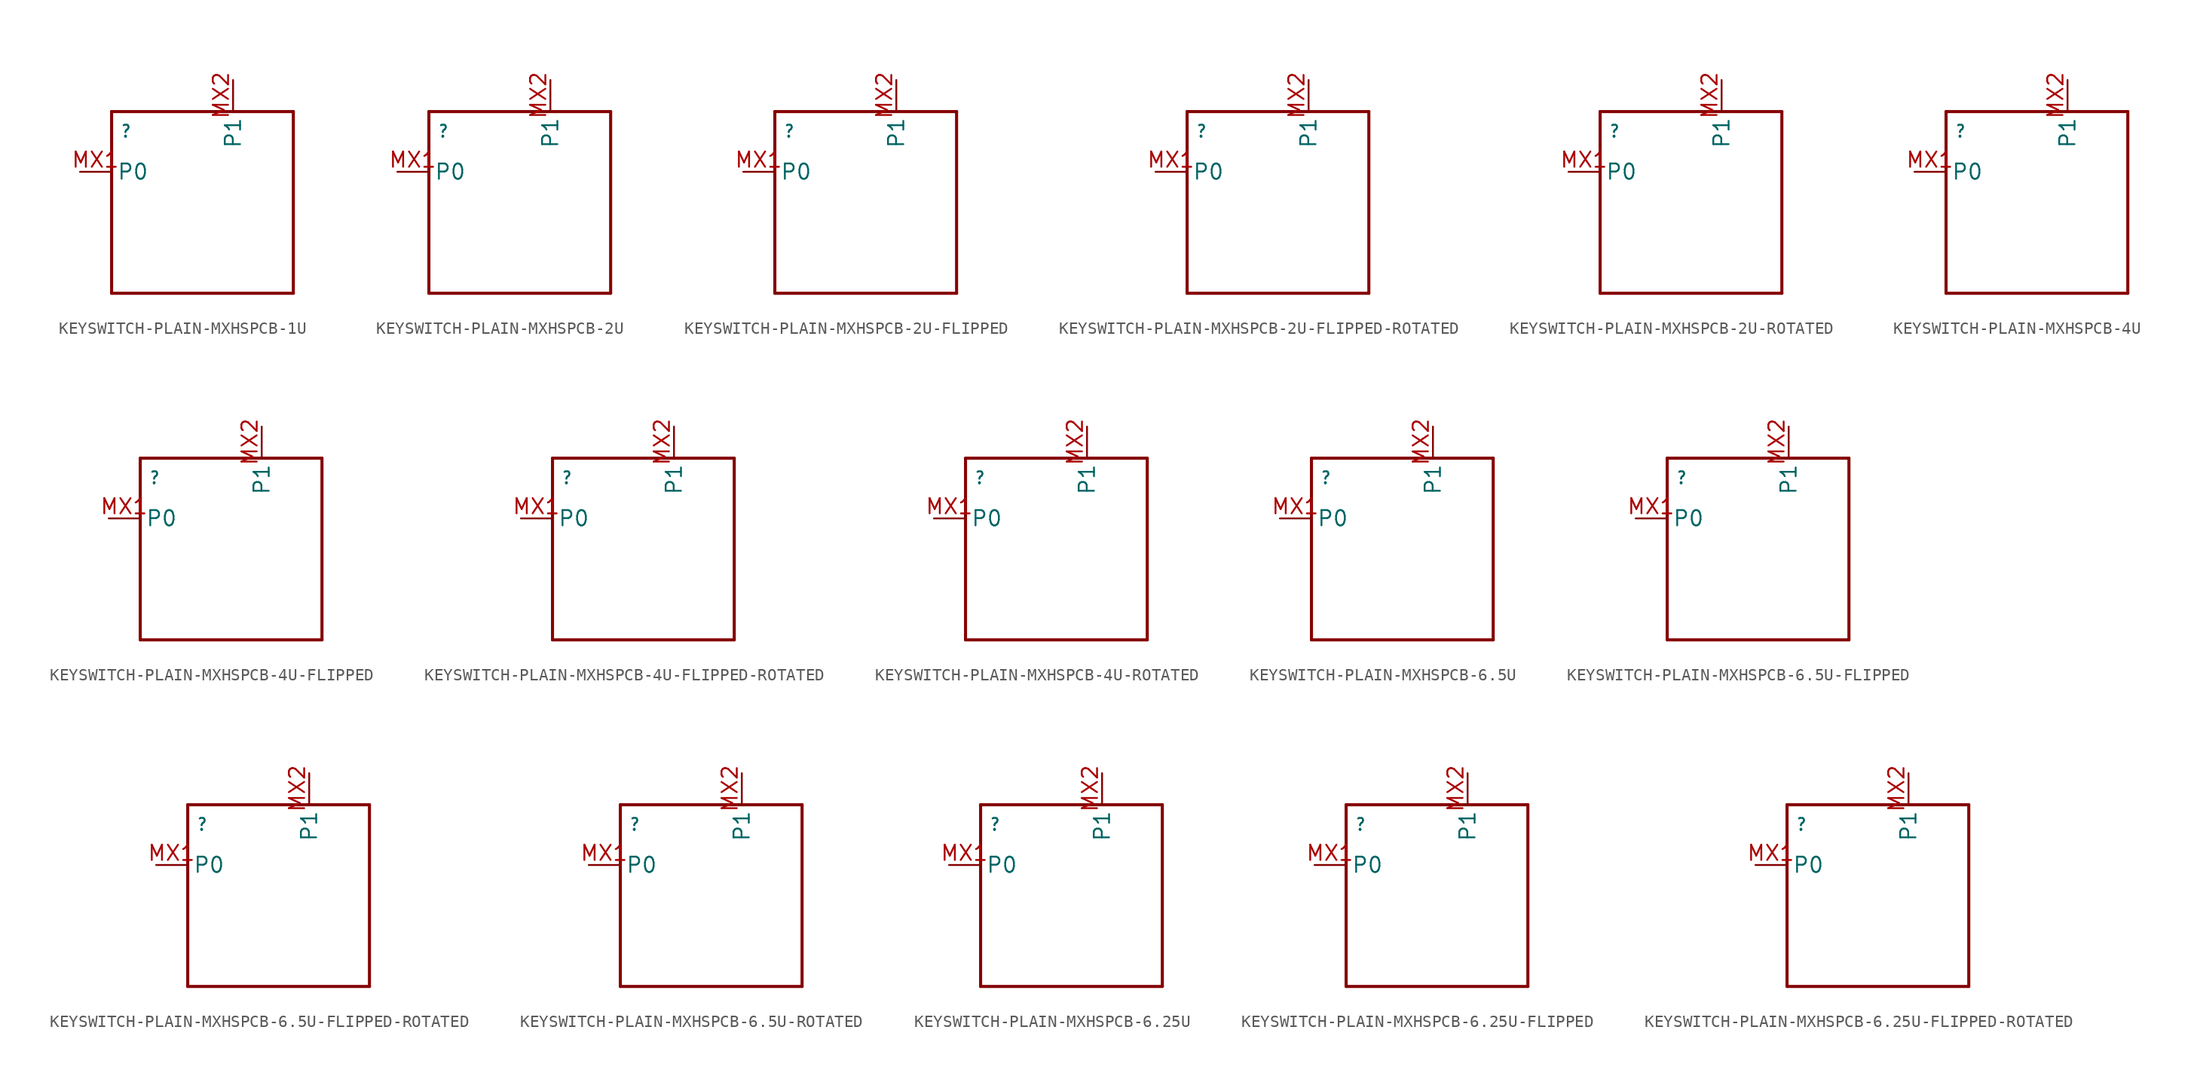
<source format=kicad_sym>
(kicad_symbol_lib
  (version 20211014)
  (generator kicad_symbol_editor)
  (symbol "KEYSWITCH-PLAIN-MXHSPCB-1U"
    (property "Reference" ""
      (at -6.81 5.318 0)
      (effects (font (size 1 0.85)) (justify left bottom)))
    (property "ki_locked" ""
      (at 0 0 0)
      (effects (font (size 1.27 1.27))))
    (symbol "KEYSWITCH-PLAIN-MXHSPCB-1U_1_0"
      (polyline (pts (xy -7.54 -7.54) (xy -7.54 7.54)) (stroke (width 0.254) (type default) (color 0 0 0 0)) (fill (type none)))
      (polyline (pts (xy -7.54 7.54) (xy 7.54 7.54)) (stroke (width 0.254) (type default) (color 0 0 0 0)) (fill (type none)))
      (polyline (pts (xy 7.54 -7.54) (xy -7.54 -7.54)) (stroke (width 0.254) (type default) (color 0 0 0 0)) (fill (type none)))
      (polyline (pts (xy 7.54 7.54) (xy 7.54 -7.54)) (stroke (width 0.254) (type default) (color 0 0 0 0)) (fill (type none)))
      (pin bidirectional line (at -10.16 2.54 0) (length 2.54) (name "P0" (effects (font (size 1.27 1.27)))) (number "MX1" (effects (font (size 1.27 1.27)))))
      (pin bidirectional line (at 2.54 10.16 270) (length 2.54) (name "P1" (effects (font (size 1.27 1.27)))) (number "MX2" (effects (font (size 1.27 1.27)))))))
  (symbol "KEYSWITCH-PLAIN-MXHSPCB-2U"
    (property "Reference" ""
      (at -6.81 5.318 0)
      (effects (font (size 1 0.85)) (justify left bottom)))
    (property "ki_locked" ""
      (at 0 0 0)
      (effects (font (size 1.27 1.27))))
    (symbol "KEYSWITCH-PLAIN-MXHSPCB-2U_1_0"
      (polyline (pts (xy -7.54 -7.54) (xy -7.54 7.54)) (stroke (width 0.254) (type default) (color 0 0 0 0)) (fill (type none)))
      (polyline (pts (xy -7.54 7.54) (xy 7.54 7.54)) (stroke (width 0.254) (type default) (color 0 0 0 0)) (fill (type none)))
      (polyline (pts (xy 7.54 -7.54) (xy -7.54 -7.54)) (stroke (width 0.254) (type default) (color 0 0 0 0)) (fill (type none)))
      (polyline (pts (xy 7.54 7.54) (xy 7.54 -7.54)) (stroke (width 0.254) (type default) (color 0 0 0 0)) (fill (type none)))
      (pin bidirectional line (at -10.16 2.54 0) (length 2.54) (name "P0" (effects (font (size 1.27 1.27)))) (number "MX1" (effects (font (size 1.27 1.27)))))
      (pin bidirectional line (at 2.54 10.16 270) (length 2.54) (name "P1" (effects (font (size 1.27 1.27)))) (number "MX2" (effects (font (size 1.27 1.27)))))))
  (symbol "KEYSWITCH-PLAIN-MXHSPCB-2U-FLIPPED"
    (property "Reference" ""
      (at -6.81 5.318 0)
      (effects (font (size 1 0.85)) (justify left bottom)))
    (property "ki_locked" ""
      (at 0 0 0)
      (effects (font (size 1.27 1.27))))
    (symbol "KEYSWITCH-PLAIN-MXHSPCB-2U-FLIPPED_1_0"
      (polyline (pts (xy -7.54 -7.54) (xy -7.54 7.54)) (stroke (width 0.254) (type default) (color 0 0 0 0)) (fill (type none)))
      (polyline (pts (xy -7.54 7.54) (xy 7.54 7.54)) (stroke (width 0.254) (type default) (color 0 0 0 0)) (fill (type none)))
      (polyline (pts (xy 7.54 -7.54) (xy -7.54 -7.54)) (stroke (width 0.254) (type default) (color 0 0 0 0)) (fill (type none)))
      (polyline (pts (xy 7.54 7.54) (xy 7.54 -7.54)) (stroke (width 0.254) (type default) (color 0 0 0 0)) (fill (type none)))
      (pin bidirectional line (at -10.16 2.54 0) (length 2.54) (name "P0" (effects (font (size 1.27 1.27)))) (number "MX1" (effects (font (size 1.27 1.27)))))
      (pin bidirectional line (at 2.54 10.16 270) (length 2.54) (name "P1" (effects (font (size 1.27 1.27)))) (number "MX2" (effects (font (size 1.27 1.27)))))))
  (symbol "KEYSWITCH-PLAIN-MXHSPCB-2U-FLIPPED-ROTATED"
    (property "Reference" ""
      (at -6.81 5.318 0)
      (effects (font (size 1 0.85)) (justify left bottom)))
    (property "ki_locked" ""
      (at 0 0 0)
      (effects (font (size 1.27 1.27))))
    (symbol "KEYSWITCH-PLAIN-MXHSPCB-2U-FLIPPED-ROTATED_1_0"
      (polyline (pts (xy -7.54 -7.54) (xy -7.54 7.54)) (stroke (width 0.254) (type default) (color 0 0 0 0)) (fill (type none)))
      (polyline (pts (xy -7.54 7.54) (xy 7.54 7.54)) (stroke (width 0.254) (type default) (color 0 0 0 0)) (fill (type none)))
      (polyline (pts (xy 7.54 -7.54) (xy -7.54 -7.54)) (stroke (width 0.254) (type default) (color 0 0 0 0)) (fill (type none)))
      (polyline (pts (xy 7.54 7.54) (xy 7.54 -7.54)) (stroke (width 0.254) (type default) (color 0 0 0 0)) (fill (type none)))
      (pin bidirectional line (at -10.16 2.54 0) (length 2.54) (name "P0" (effects (font (size 1.27 1.27)))) (number "MX1" (effects (font (size 1.27 1.27)))))
      (pin bidirectional line (at 2.54 10.16 270) (length 2.54) (name "P1" (effects (font (size 1.27 1.27)))) (number "MX2" (effects (font (size 1.27 1.27)))))))
  (symbol "KEYSWITCH-PLAIN-MXHSPCB-2U-ROTATED"
    (property "Reference" ""
      (at -6.81 5.318 0)
      (effects (font (size 1 0.85)) (justify left bottom)))
    (property "ki_locked" ""
      (at 0 0 0)
      (effects (font (size 1.27 1.27))))
    (symbol "KEYSWITCH-PLAIN-MXHSPCB-2U-ROTATED_1_0"
      (polyline (pts (xy -7.54 -7.54) (xy -7.54 7.54)) (stroke (width 0.254) (type default) (color 0 0 0 0)) (fill (type none)))
      (polyline (pts (xy -7.54 7.54) (xy 7.54 7.54)) (stroke (width 0.254) (type default) (color 0 0 0 0)) (fill (type none)))
      (polyline (pts (xy 7.54 -7.54) (xy -7.54 -7.54)) (stroke (width 0.254) (type default) (color 0 0 0 0)) (fill (type none)))
      (polyline (pts (xy 7.54 7.54) (xy 7.54 -7.54)) (stroke (width 0.254) (type default) (color 0 0 0 0)) (fill (type none)))
      (pin bidirectional line (at -10.16 2.54 0) (length 2.54) (name "P0" (effects (font (size 1.27 1.27)))) (number "MX1" (effects (font (size 1.27 1.27)))))
      (pin bidirectional line (at 2.54 10.16 270) (length 2.54) (name "P1" (effects (font (size 1.27 1.27)))) (number "MX2" (effects (font (size 1.27 1.27)))))))
  (symbol "KEYSWITCH-PLAIN-MXHSPCB-4U"
    (property "Reference" ""
      (at -6.81 5.318 0)
      (effects (font (size 1 0.85)) (justify left bottom)))
    (property "ki_locked" ""
      (at 0 0 0)
      (effects (font (size 1.27 1.27))))
    (symbol "KEYSWITCH-PLAIN-MXHSPCB-4U_1_0"
      (polyline (pts (xy -7.54 -7.54) (xy -7.54 7.54)) (stroke (width 0.254) (type default) (color 0 0 0 0)) (fill (type none)))
      (polyline (pts (xy -7.54 7.54) (xy 7.54 7.54)) (stroke (width 0.254) (type default) (color 0 0 0 0)) (fill (type none)))
      (polyline (pts (xy 7.54 -7.54) (xy -7.54 -7.54)) (stroke (width 0.254) (type default) (color 0 0 0 0)) (fill (type none)))
      (polyline (pts (xy 7.54 7.54) (xy 7.54 -7.54)) (stroke (width 0.254) (type default) (color 0 0 0 0)) (fill (type none)))
      (pin bidirectional line (at -10.16 2.54 0) (length 2.54) (name "P0" (effects (font (size 1.27 1.27)))) (number "MX1" (effects (font (size 1.27 1.27)))))
      (pin bidirectional line (at 2.54 10.16 270) (length 2.54) (name "P1" (effects (font (size 1.27 1.27)))) (number "MX2" (effects (font (size 1.27 1.27)))))))
  (symbol "KEYSWITCH-PLAIN-MXHSPCB-4U-FLIPPED"
    (property "Reference" ""
      (at -6.81 5.318 0)
      (effects (font (size 1 0.85)) (justify left bottom)))
    (property "ki_locked" ""
      (at 0 0 0)
      (effects (font (size 1.27 1.27))))
    (symbol "KEYSWITCH-PLAIN-MXHSPCB-4U-FLIPPED_1_0"
      (polyline (pts (xy -7.54 -7.54) (xy -7.54 7.54)) (stroke (width 0.254) (type default) (color 0 0 0 0)) (fill (type none)))
      (polyline (pts (xy -7.54 7.54) (xy 7.54 7.54)) (stroke (width 0.254) (type default) (color 0 0 0 0)) (fill (type none)))
      (polyline (pts (xy 7.54 -7.54) (xy -7.54 -7.54)) (stroke (width 0.254) (type default) (color 0 0 0 0)) (fill (type none)))
      (polyline (pts (xy 7.54 7.54) (xy 7.54 -7.54)) (stroke (width 0.254) (type default) (color 0 0 0 0)) (fill (type none)))
      (pin bidirectional line (at -10.16 2.54 0) (length 2.54) (name "P0" (effects (font (size 1.27 1.27)))) (number "MX1" (effects (font (size 1.27 1.27)))))
      (pin bidirectional line (at 2.54 10.16 270) (length 2.54) (name "P1" (effects (font (size 1.27 1.27)))) (number "MX2" (effects (font (size 1.27 1.27)))))))
  (symbol "KEYSWITCH-PLAIN-MXHSPCB-4U-FLIPPED-ROTATED"
    (property "Reference" ""
      (at -6.81 5.318 0)
      (effects (font (size 1 0.85)) (justify left bottom)))
    (property "ki_locked" ""
      (at 0 0 0)
      (effects (font (size 1.27 1.27))))
    (symbol "KEYSWITCH-PLAIN-MXHSPCB-4U-FLIPPED-ROTATED_1_0"
      (polyline (pts (xy -7.54 -7.54) (xy -7.54 7.54)) (stroke (width 0.254) (type default) (color 0 0 0 0)) (fill (type none)))
      (polyline (pts (xy -7.54 7.54) (xy 7.54 7.54)) (stroke (width 0.254) (type default) (color 0 0 0 0)) (fill (type none)))
      (polyline (pts (xy 7.54 -7.54) (xy -7.54 -7.54)) (stroke (width 0.254) (type default) (color 0 0 0 0)) (fill (type none)))
      (polyline (pts (xy 7.54 7.54) (xy 7.54 -7.54)) (stroke (width 0.254) (type default) (color 0 0 0 0)) (fill (type none)))
      (pin bidirectional line (at -10.16 2.54 0) (length 2.54) (name "P0" (effects (font (size 1.27 1.27)))) (number "MX1" (effects (font (size 1.27 1.27)))))
      (pin bidirectional line (at 2.54 10.16 270) (length 2.54) (name "P1" (effects (font (size 1.27 1.27)))) (number "MX2" (effects (font (size 1.27 1.27)))))))
  (symbol "KEYSWITCH-PLAIN-MXHSPCB-4U-ROTATED"
    (property "Reference" ""
      (at -6.81 5.318 0)
      (effects (font (size 1 0.85)) (justify left bottom)))
    (property "ki_locked" ""
      (at 0 0 0)
      (effects (font (size 1.27 1.27))))
    (symbol "KEYSWITCH-PLAIN-MXHSPCB-4U-ROTATED_1_0"
      (polyline (pts (xy -7.54 -7.54) (xy -7.54 7.54)) (stroke (width 0.254) (type default) (color 0 0 0 0)) (fill (type none)))
      (polyline (pts (xy -7.54 7.54) (xy 7.54 7.54)) (stroke (width 0.254) (type default) (color 0 0 0 0)) (fill (type none)))
      (polyline (pts (xy 7.54 -7.54) (xy -7.54 -7.54)) (stroke (width 0.254) (type default) (color 0 0 0 0)) (fill (type none)))
      (polyline (pts (xy 7.54 7.54) (xy 7.54 -7.54)) (stroke (width 0.254) (type default) (color 0 0 0 0)) (fill (type none)))
      (pin bidirectional line (at -10.16 2.54 0) (length 2.54) (name "P0" (effects (font (size 1.27 1.27)))) (number "MX1" (effects (font (size 1.27 1.27)))))
      (pin bidirectional line (at 2.54 10.16 270) (length 2.54) (name "P1" (effects (font (size 1.27 1.27)))) (number "MX2" (effects (font (size 1.27 1.27)))))))
  (symbol "KEYSWITCH-PLAIN-MXHSPCB-6.5U"
    (property "Reference" ""
      (at -6.81 5.318 0)
      (effects (font (size 1 0.85)) (justify left bottom)))
    (property "ki_locked" ""
      (at 0 0 0)
      (effects (font (size 1.27 1.27))))
    (symbol "KEYSWITCH-PLAIN-MXHSPCB-6.5U_1_0"
      (polyline (pts (xy -7.54 -7.54) (xy -7.54 7.54)) (stroke (width 0.254) (type default) (color 0 0 0 0)) (fill (type none)))
      (polyline (pts (xy -7.54 7.54) (xy 7.54 7.54)) (stroke (width 0.254) (type default) (color 0 0 0 0)) (fill (type none)))
      (polyline (pts (xy 7.54 -7.54) (xy -7.54 -7.54)) (stroke (width 0.254) (type default) (color 0 0 0 0)) (fill (type none)))
      (polyline (pts (xy 7.54 7.54) (xy 7.54 -7.54)) (stroke (width 0.254) (type default) (color 0 0 0 0)) (fill (type none)))
      (pin bidirectional line (at -10.16 2.54 0) (length 2.54) (name "P0" (effects (font (size 1.27 1.27)))) (number "MX1" (effects (font (size 1.27 1.27)))))
      (pin bidirectional line (at 2.54 10.16 270) (length 2.54) (name "P1" (effects (font (size 1.27 1.27)))) (number "MX2" (effects (font (size 1.27 1.27)))))))
  (symbol "KEYSWITCH-PLAIN-MXHSPCB-6.5U-FLIPPED"
    (property "Reference" ""
      (at -6.81 5.318 0)
      (effects (font (size 1 0.85)) (justify left bottom)))
    (property "ki_locked" ""
      (at 0 0 0)
      (effects (font (size 1.27 1.27))))
    (symbol "KEYSWITCH-PLAIN-MXHSPCB-6.5U-FLIPPED_1_0"
      (polyline (pts (xy -7.54 -7.54) (xy -7.54 7.54)) (stroke (width 0.254) (type default) (color 0 0 0 0)) (fill (type none)))
      (polyline (pts (xy -7.54 7.54) (xy 7.54 7.54)) (stroke (width 0.254) (type default) (color 0 0 0 0)) (fill (type none)))
      (polyline (pts (xy 7.54 -7.54) (xy -7.54 -7.54)) (stroke (width 0.254) (type default) (color 0 0 0 0)) (fill (type none)))
      (polyline (pts (xy 7.54 7.54) (xy 7.54 -7.54)) (stroke (width 0.254) (type default) (color 0 0 0 0)) (fill (type none)))
      (pin bidirectional line (at -10.16 2.54 0) (length 2.54) (name "P0" (effects (font (size 1.27 1.27)))) (number "MX1" (effects (font (size 1.27 1.27)))))
      (pin bidirectional line (at 2.54 10.16 270) (length 2.54) (name "P1" (effects (font (size 1.27 1.27)))) (number "MX2" (effects (font (size 1.27 1.27)))))))
  (symbol "KEYSWITCH-PLAIN-MXHSPCB-6.5U-FLIPPED-ROTATED"
    (property "Reference" ""
      (at -6.81 5.318 0)
      (effects (font (size 1 0.85)) (justify left bottom)))
    (property "ki_locked" ""
      (at 0 0 0)
      (effects (font (size 1.27 1.27))))
    (symbol "KEYSWITCH-PLAIN-MXHSPCB-6.5U-FLIPPED-ROTATED_1_0"
      (polyline (pts (xy -7.54 -7.54) (xy -7.54 7.54)) (stroke (width 0.254) (type default) (color 0 0 0 0)) (fill (type none)))
      (polyline (pts (xy -7.54 7.54) (xy 7.54 7.54)) (stroke (width 0.254) (type default) (color 0 0 0 0)) (fill (type none)))
      (polyline (pts (xy 7.54 -7.54) (xy -7.54 -7.54)) (stroke (width 0.254) (type default) (color 0 0 0 0)) (fill (type none)))
      (polyline (pts (xy 7.54 7.54) (xy 7.54 -7.54)) (stroke (width 0.254) (type default) (color 0 0 0 0)) (fill (type none)))
      (pin bidirectional line (at -10.16 2.54 0) (length 2.54) (name "P0" (effects (font (size 1.27 1.27)))) (number "MX1" (effects (font (size 1.27 1.27)))))
      (pin bidirectional line (at 2.54 10.16 270) (length 2.54) (name "P1" (effects (font (size 1.27 1.27)))) (number "MX2" (effects (font (size 1.27 1.27)))))))
  (symbol "KEYSWITCH-PLAIN-MXHSPCB-6.5U-ROTATED"
    (property "Reference" ""
      (at -6.81 5.318 0)
      (effects (font (size 1 0.85)) (justify left bottom)))
    (property "ki_locked" ""
      (at 0 0 0)
      (effects (font (size 1.27 1.27))))
    (symbol "KEYSWITCH-PLAIN-MXHSPCB-6.5U-ROTATED_1_0"
      (polyline (pts (xy -7.54 -7.54) (xy -7.54 7.54)) (stroke (width 0.254) (type default) (color 0 0 0 0)) (fill (type none)))
      (polyline (pts (xy -7.54 7.54) (xy 7.54 7.54)) (stroke (width 0.254) (type default) (color 0 0 0 0)) (fill (type none)))
      (polyline (pts (xy 7.54 -7.54) (xy -7.54 -7.54)) (stroke (width 0.254) (type default) (color 0 0 0 0)) (fill (type none)))
      (polyline (pts (xy 7.54 7.54) (xy 7.54 -7.54)) (stroke (width 0.254) (type default) (color 0 0 0 0)) (fill (type none)))
      (pin bidirectional line (at -10.16 2.54 0) (length 2.54) (name "P0" (effects (font (size 1.27 1.27)))) (number "MX1" (effects (font (size 1.27 1.27)))))
      (pin bidirectional line (at 2.54 10.16 270) (length 2.54) (name "P1" (effects (font (size 1.27 1.27)))) (number "MX2" (effects (font (size 1.27 1.27)))))))
  (symbol "KEYSWITCH-PLAIN-MXHSPCB-6.25U"
    (property "Reference" ""
      (at -6.81 5.318 0)
      (effects (font (size 1 0.85)) (justify left bottom)))
    (property "ki_locked" ""
      (at 0 0 0)
      (effects (font (size 1.27 1.27))))
    (symbol "KEYSWITCH-PLAIN-MXHSPCB-6.25U_1_0"
      (polyline (pts (xy -7.54 -7.54) (xy -7.54 7.54)) (stroke (width 0.254) (type default) (color 0 0 0 0)) (fill (type none)))
      (polyline (pts (xy -7.54 7.54) (xy 7.54 7.54)) (stroke (width 0.254) (type default) (color 0 0 0 0)) (fill (type none)))
      (polyline (pts (xy 7.54 -7.54) (xy -7.54 -7.54)) (stroke (width 0.254) (type default) (color 0 0 0 0)) (fill (type none)))
      (polyline (pts (xy 7.54 7.54) (xy 7.54 -7.54)) (stroke (width 0.254) (type default) (color 0 0 0 0)) (fill (type none)))
      (pin bidirectional line (at -10.16 2.54 0) (length 2.54) (name "P0" (effects (font (size 1.27 1.27)))) (number "MX1" (effects (font (size 1.27 1.27)))))
      (pin bidirectional line (at 2.54 10.16 270) (length 2.54) (name "P1" (effects (font (size 1.27 1.27)))) (number "MX2" (effects (font (size 1.27 1.27)))))))
  (symbol "KEYSWITCH-PLAIN-MXHSPCB-6.25U-FLIPPED"
    (property "Reference" ""
      (at -6.81 5.318 0)
      (effects (font (size 1 0.85)) (justify left bottom)))
    (property "ki_locked" ""
      (at 0 0 0)
      (effects (font (size 1.27 1.27))))
    (symbol "KEYSWITCH-PLAIN-MXHSPCB-6.25U-FLIPPED_1_0"
      (polyline (pts (xy -7.54 -7.54) (xy -7.54 7.54)) (stroke (width 0.254) (type default) (color 0 0 0 0)) (fill (type none)))
      (polyline (pts (xy -7.54 7.54) (xy 7.54 7.54)) (stroke (width 0.254) (type default) (color 0 0 0 0)) (fill (type none)))
      (polyline (pts (xy 7.54 -7.54) (xy -7.54 -7.54)) (stroke (width 0.254) (type default) (color 0 0 0 0)) (fill (type none)))
      (polyline (pts (xy 7.54 7.54) (xy 7.54 -7.54)) (stroke (width 0.254) (type default) (color 0 0 0 0)) (fill (type none)))
      (pin bidirectional line (at -10.16 2.54 0) (length 2.54) (name "P0" (effects (font (size 1.27 1.27)))) (number "MX1" (effects (font (size 1.27 1.27)))))
      (pin bidirectional line (at 2.54 10.16 270) (length 2.54) (name "P1" (effects (font (size 1.27 1.27)))) (number "MX2" (effects (font (size 1.27 1.27)))))))
  (symbol "KEYSWITCH-PLAIN-MXHSPCB-6.25U-FLIPPED-ROTATED"
    (property "Reference" ""
      (at -6.81 5.318 0)
      (effects (font (size 1 0.85)) (justify left bottom)))
    (property "ki_locked" ""
      (at 0 0 0)
      (effects (font (size 1.27 1.27))))
    (symbol "KEYSWITCH-PLAIN-MXHSPCB-6.25U-FLIPPED-ROTATED_1_0"
      (polyline (pts (xy -7.54 -7.54) (xy -7.54 7.54)) (stroke (width 0.254) (type default) (color 0 0 0 0)) (fill (type none)))
      (polyline (pts (xy -7.54 7.54) (xy 7.54 7.54)) (stroke (width 0.254) (type default) (color 0 0 0 0)) (fill (type none)))
      (polyline (pts (xy 7.54 -7.54) (xy -7.54 -7.54)) (stroke (width 0.254) (type default) (color 0 0 0 0)) (fill (type none)))
      (polyline (pts (xy 7.54 7.54) (xy 7.54 -7.54)) (stroke (width 0.254) (type default) (color 0 0 0 0)) (fill (type none)))
      (pin bidirectional line (at -10.16 2.54 0) (length 2.54) (name "P0" (effects (font (size 1.27 1.27)))) (number "MX1" (effects (font (size 1.27 1.27)))))
      (pin bidirectional line (at 2.54 10.16 270) (length 2.54) (name "P1" (effects (font (size 1.27 1.27)))) (number "MX2" (effects (font (size 1.27 1.27))))))))
</source>
